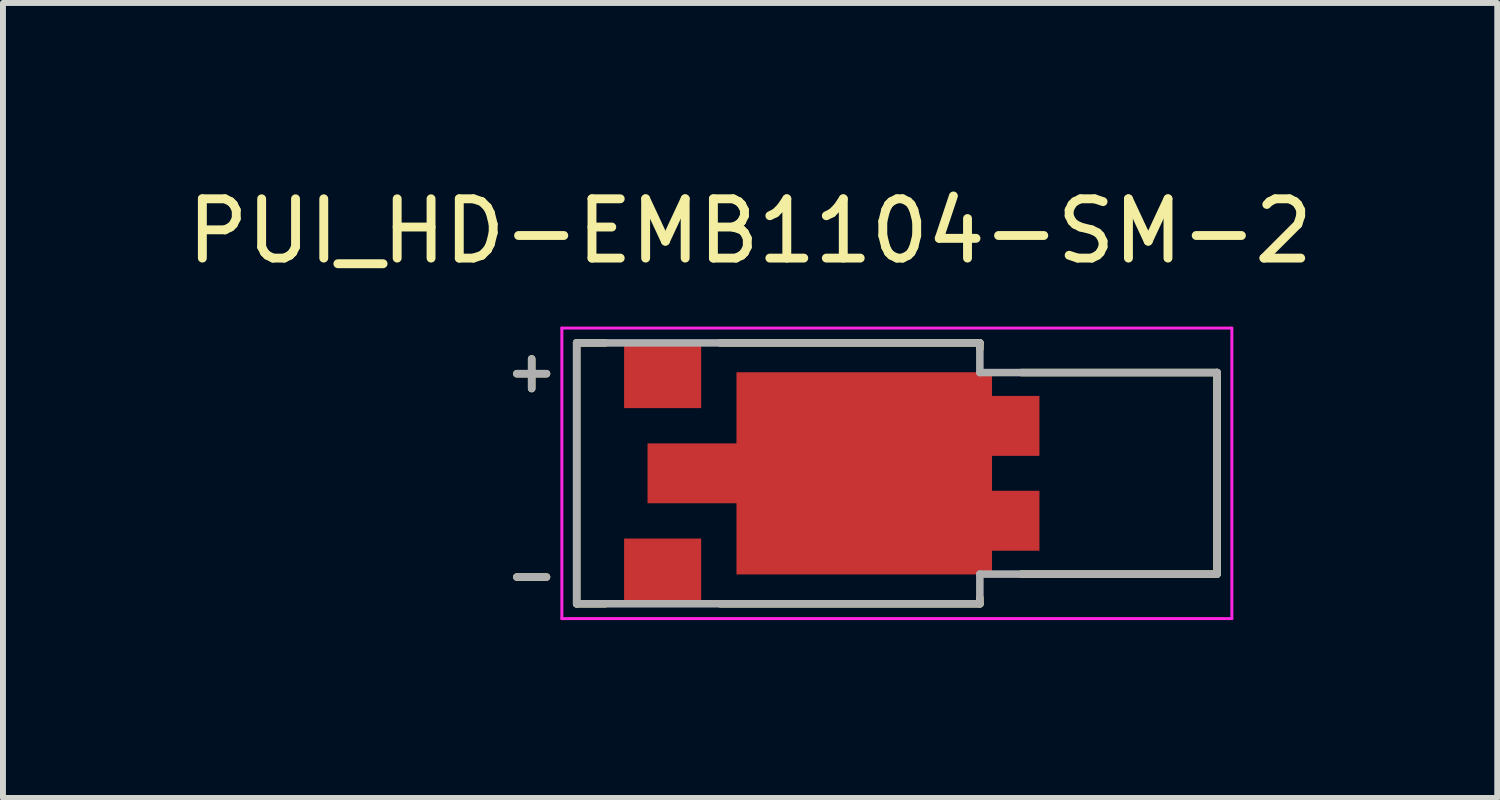
<source format=kicad_pcb>
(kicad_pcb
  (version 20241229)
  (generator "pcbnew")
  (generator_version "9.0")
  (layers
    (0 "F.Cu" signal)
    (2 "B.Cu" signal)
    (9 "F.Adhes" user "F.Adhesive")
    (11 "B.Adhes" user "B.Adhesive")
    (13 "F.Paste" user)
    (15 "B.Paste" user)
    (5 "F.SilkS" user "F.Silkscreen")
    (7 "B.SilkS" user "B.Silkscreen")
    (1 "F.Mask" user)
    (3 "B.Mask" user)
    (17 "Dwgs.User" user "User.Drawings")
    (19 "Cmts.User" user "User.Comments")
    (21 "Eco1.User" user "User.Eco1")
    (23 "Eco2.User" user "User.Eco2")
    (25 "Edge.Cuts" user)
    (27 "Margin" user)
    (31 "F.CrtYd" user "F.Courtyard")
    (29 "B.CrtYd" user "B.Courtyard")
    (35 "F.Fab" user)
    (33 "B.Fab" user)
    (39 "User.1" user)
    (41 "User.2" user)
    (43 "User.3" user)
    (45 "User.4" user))
  (footprint "PUI_HD-EMB1104-SM-2"
    (layer "F.Cu")
    (at 10.076 4.933)
    (property "Reference" "PUI_HD-EMB1104-SM-2" (at -0.475 -4.085 0) (layer "F.SilkS") (effects (font (size 1 1) (thickness 0.15))))
    (attr smd)
    (fp_poly (pts (xy -2.3 -0.6) (xy -0.8 -0.6) (xy -0.8 -1.8) (xy 3.7 -1.8) (xy 3.7 -1.4) (xy 4.5 -1.4) (xy 4.5 -0.2) (xy 3.7 -0.2) (xy 3.7 0.2) (xy 4.5 0.2) (xy 4.5 1.4) (xy 3.7 1.4) (xy 3.7 1.8) (xy -0.8 1.8) (xy -0.8 0.6) (xy -2.3 0.6)) (stroke (width 0.01) (type solid)) (fill yes) (layer "F.Mask"))
    (fp_line (start -4.409 -1.68) (end -3.909 -1.68) (stroke (width 0.127) (type solid)) (layer "F.SilkS"))
    (fp_line (start -4.409 1.749) (end -3.909 1.749) (stroke (width 0.127) (type solid)) (layer "F.SilkS"))
    (fp_line (start -4.159 -1.93) (end -4.159 -1.43) (stroke (width 0.127) (type solid)) (layer "F.SilkS"))
    (fp_line (start -3.4 -2.2) (end -2.92 -2.2) (stroke (width 0.127) (type solid)) (layer "F.SilkS"))
    (fp_line (start -3.4 2.2) (end -3.4 -2.2) (stroke (width 0.127) (type solid)) (layer "F.SilkS"))
    (fp_line (start -2.92 2.2) (end -3.4 2.2) (stroke (width 0.127) (type solid)) (layer "F.SilkS"))
    (fp_line (start -0.98 -2.2) (end 3.4 -2.2) (stroke (width 0.127) (type solid)) (layer "F.SilkS"))
    (fp_line (start 3.4 -2.2) (end 3.4 -2.1) (stroke (width 0.127) (type solid)) (layer "F.SilkS"))
    (fp_line (start 3.4 2.1) (end 3.4 2.2) (stroke (width 0.127) (type solid)) (layer "F.SilkS"))
    (fp_line (start 3.4 2.2) (end -0.98 2.2) (stroke (width 0.127) (type solid)) (layer "F.SilkS"))
    (fp_line (start 4.1 -1.7) (end 7.4 -1.7) (stroke (width 0.127) (type solid)) (layer "F.SilkS"))
    (fp_line (start 7.4 -1.7) (end 7.4 1.7) (stroke (width 0.127) (type solid)) (layer "F.SilkS"))
    (fp_line (start 7.4 1.7) (end 4.1 1.7) (stroke (width 0.127) (type solid)) (layer "F.SilkS"))
    (fp_poly (pts (xy -2.2 -0.5) (xy -0.7 -0.5) (xy -0.7 0.5) (xy -2.2 0.5)) (stroke (width 0.01) (type solid)) (fill yes) (layer "F.Paste"))
    (fp_poly (pts (xy 0.09 -1.075) (xy 2.81 -1.075) (xy 2.81 1.075) (xy 0.09 1.075)) (stroke (width 0.01) (type solid)) (fill yes) (layer "F.Paste"))
    (fp_poly (pts (xy 3.6 -1.3) (xy 4.4 -1.3) (xy 4.4 -0.3) (xy 3.6 -0.3)) (stroke (width 0.01) (type solid)) (fill yes) (layer "F.Paste"))
    (fp_poly (pts (xy 3.6 0.3) (xy 4.4 0.3) (xy 4.4 1.3) (xy 3.6 1.3)) (stroke (width 0.01) (type solid)) (fill yes) (layer "F.Paste"))
    (fp_line (start -3.65 -2.45) (end -3.65 2.45) (stroke (width 0.05) (type solid)) (layer "F.CrtYd"))
    (fp_line (start -3.65 2.45) (end 7.65 2.45) (stroke (width 0.05) (type solid)) (layer "F.CrtYd"))
    (fp_line (start 7.65 -2.45) (end -3.65 -2.45) (stroke (width 0.05) (type solid)) (layer "F.CrtYd"))
    (fp_line (start 7.65 2.45) (end 7.65 -2.45) (stroke (width 0.05) (type solid)) (layer "F.CrtYd"))
    (fp_line (start -4.409 -1.68) (end -3.909 -1.68) (stroke (width 0.127) (type solid)) (layer "F.Fab"))
    (fp_line (start -4.409 1.749) (end -3.909 1.749) (stroke (width 0.127) (type solid)) (layer "F.Fab"))
    (fp_line (start -4.159 -1.93) (end -4.159 -1.43) (stroke (width 0.127) (type solid)) (layer "F.Fab"))
    (fp_line (start -3.4 -2.2) (end 3.4 -2.2) (stroke (width 0.127) (type solid)) (layer "F.Fab"))
    (fp_line (start -3.4 2.2) (end -3.4 -2.2) (stroke (width 0.127) (type solid)) (layer "F.Fab"))
    (fp_line (start 3.4 -2.2) (end 3.4 -1.7) (stroke (width 0.127) (type solid)) (layer "F.Fab"))
    (fp_line (start 3.4 -1.7) (end 7.4 -1.7) (stroke (width 0.127) (type solid)) (layer "F.Fab"))
    (fp_line (start 3.4 1.7) (end 3.4 2.2) (stroke (width 0.127) (type solid)) (layer "F.Fab"))
    (fp_line (start 3.4 2.2) (end -3.4 2.2) (stroke (width 0.127) (type solid)) (layer "F.Fab"))
    (fp_line (start 7.4 -1.7) (end 7.4 1.7) (stroke (width 0.127) (type solid)) (layer "F.Fab"))
    (fp_line (start 7.4 1.7) (end 3.4 1.7) (stroke (width 0.127) (type solid)) (layer "F.Fab"))
    (pad "N" smd rect (at -1.95 1.65) (size 1.3 1.1) (layers "F.Cu" "F.Mask" "F.Paste"))
    (pad "P" smd rect (at -1.95 -1.65) (size 1.3 1.1) (layers "F.Cu" "F.Mask" "F.Paste"))
    (pad "SH1" smd custom (at 1.45 0) (size 1 1) (layers "F.Cu") (options (anchor rect)) (primitives (gr_poly (pts (xy -3.65 -0.5) (xy -2.15 -0.5) (xy -2.15 -1.7) (xy 2.15 -1.7) (xy 2.15 -1.3) (xy 2.95 -1.3) (xy 2.95 -0.3) (xy 2.15 -0.3) (xy 2.15 0.3) (xy 2.95 0.3) (xy 2.95 1.3) (xy 2.15 1.3) (xy 2.15 1.7) (xy -2.15 1.7) (xy -2.15 0.5) (xy -3.65 0.5)) (width 0.01) (fill yes)))))
  (gr_rect
    (start -3 -3)
    (end 22.202 10.408)
    (stroke (width 0.1) (type default))
    (fill no)
    (layer "Edge.Cuts")))
</source>
